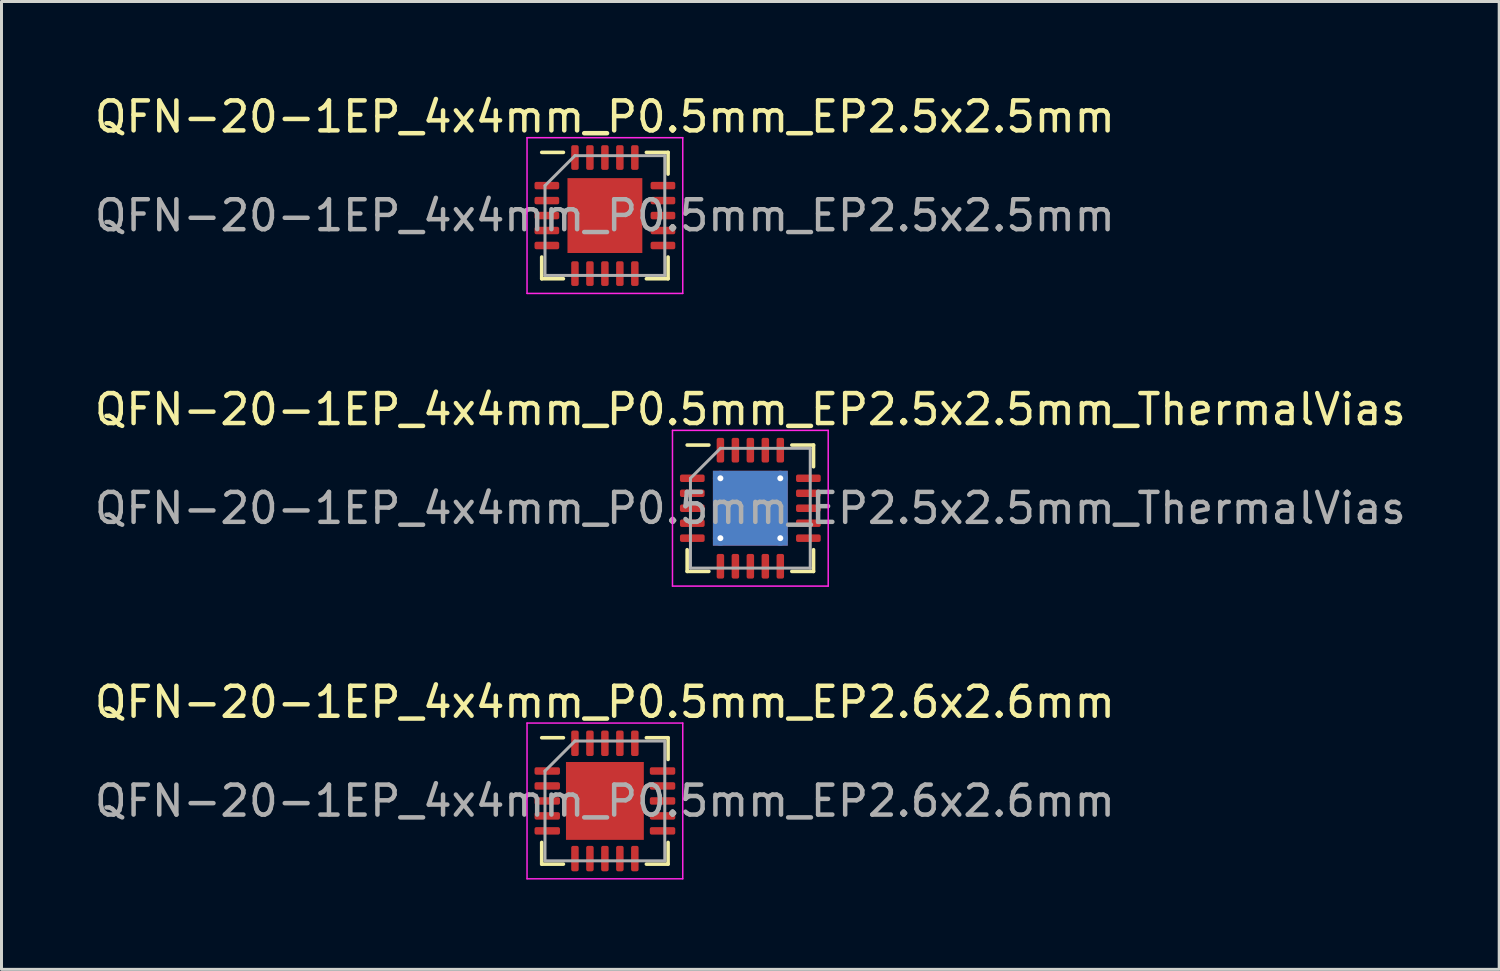
<source format=kicad_pcb>
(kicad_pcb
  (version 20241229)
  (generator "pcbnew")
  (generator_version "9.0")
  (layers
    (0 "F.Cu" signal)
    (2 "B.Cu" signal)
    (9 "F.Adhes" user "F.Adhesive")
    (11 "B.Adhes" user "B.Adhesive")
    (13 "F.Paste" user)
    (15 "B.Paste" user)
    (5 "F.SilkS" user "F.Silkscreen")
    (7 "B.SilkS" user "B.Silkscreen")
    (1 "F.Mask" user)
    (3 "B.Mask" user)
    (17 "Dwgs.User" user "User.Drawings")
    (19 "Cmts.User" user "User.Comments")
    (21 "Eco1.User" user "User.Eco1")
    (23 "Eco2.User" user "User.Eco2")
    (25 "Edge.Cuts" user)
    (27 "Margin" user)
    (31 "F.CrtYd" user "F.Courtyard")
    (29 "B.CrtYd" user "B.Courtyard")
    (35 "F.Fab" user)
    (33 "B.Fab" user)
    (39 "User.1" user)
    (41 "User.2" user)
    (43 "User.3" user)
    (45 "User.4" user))
  (footprint "QFN-20-1EP_4x4mm_P0.5mm_EP2.5x2.5mm"
    (layer "F.Cu")
    (at 17.149 4.148)
    (property "Reference" "QFN-20-1EP_4x4mm_P0.5mm_EP2.5x2.5mm" (at 0 -3.3 0) (layer "F.SilkS") (effects (font (size 1 1) (thickness 0.15))))
    (attr smd)
    (fp_line (start -2.11 2.11) (end -2.11 1.385) (stroke (width 0.12) (type solid)) (layer "F.SilkS"))
    (fp_line (start -1.385 -2.11) (end -2.11 -2.11) (stroke (width 0.12) (type solid)) (layer "F.SilkS"))
    (fp_line (start -1.385 2.11) (end -2.11 2.11) (stroke (width 0.12) (type solid)) (layer "F.SilkS"))
    (fp_line (start 1.385 -2.11) (end 2.11 -2.11) (stroke (width 0.12) (type solid)) (layer "F.SilkS"))
    (fp_line (start 1.385 2.11) (end 2.11 2.11) (stroke (width 0.12) (type solid)) (layer "F.SilkS"))
    (fp_line (start 2.11 -2.11) (end 2.11 -1.385) (stroke (width 0.12) (type solid)) (layer "F.SilkS"))
    (fp_line (start 2.11 2.11) (end 2.11 1.385) (stroke (width 0.12) (type solid)) (layer "F.SilkS"))
    (fp_line (start -2.6 -2.6) (end -2.6 2.6) (stroke (width 0.05) (type solid)) (layer "F.CrtYd"))
    (fp_line (start -2.6 2.6) (end 2.6 2.6) (stroke (width 0.05) (type solid)) (layer "F.CrtYd"))
    (fp_line (start 2.6 -2.6) (end -2.6 -2.6) (stroke (width 0.05) (type solid)) (layer "F.CrtYd"))
    (fp_line (start 2.6 2.6) (end 2.6 -2.6) (stroke (width 0.05) (type solid)) (layer "F.CrtYd"))
    (fp_line (start -2 -1) (end -1 -2) (stroke (width 0.1) (type solid)) (layer "F.Fab"))
    (fp_line (start -2 2) (end -2 -1) (stroke (width 0.1) (type solid)) (layer "F.Fab"))
    (fp_line (start -1 -2) (end 2 -2) (stroke (width 0.1) (type solid)) (layer "F.Fab"))
    (fp_line (start 2 -2) (end 2 2) (stroke (width 0.1) (type solid)) (layer "F.Fab"))
    (fp_line (start 2 2) (end -2 2) (stroke (width 0.1) (type solid)) (layer "F.Fab"))
    (fp_text user "${REFERENCE}" (at 0 0 0) (layer "F.Fab") (effects (font (size 1 1) (thickness 0.15))))
    (pad "" smd roundrect (at -0.625 -0.625) (size 1.01 1.01) (layers "F.Paste") (roundrect_rratio 0.248))
    (pad "" smd roundrect (at -0.625 0.625) (size 1.01 1.01) (layers "F.Paste") (roundrect_rratio 0.248))
    (pad "" smd roundrect (at 0.625 -0.625) (size 1.01 1.01) (layers "F.Paste") (roundrect_rratio 0.248))
    (pad "" smd roundrect (at 0.625 0.625) (size 1.01 1.01) (layers "F.Paste") (roundrect_rratio 0.248))
    (pad "1" smd roundrect (at -1.938 -1) (size 0.825 0.25) (layers "F.Cu" "F.Mask" "F.Paste") (roundrect_rratio 0.25))
    (pad "2" smd roundrect (at -1.938 -0.5) (size 0.825 0.25) (layers "F.Cu" "F.Mask" "F.Paste") (roundrect_rratio 0.25))
    (pad "3" smd roundrect (at -1.938 0) (size 0.825 0.25) (layers "F.Cu" "F.Mask" "F.Paste") (roundrect_rratio 0.25))
    (pad "4" smd roundrect (at -1.938 0.5) (size 0.825 0.25) (layers "F.Cu" "F.Mask" "F.Paste") (roundrect_rratio 0.25))
    (pad "5" smd roundrect (at -1.938 1) (size 0.825 0.25) (layers "F.Cu" "F.Mask" "F.Paste") (roundrect_rratio 0.25))
    (pad "6" smd roundrect (at -1 1.938) (size 0.25 0.825) (layers "F.Cu" "F.Mask" "F.Paste") (roundrect_rratio 0.25))
    (pad "7" smd roundrect (at -0.5 1.938) (size 0.25 0.825) (layers "F.Cu" "F.Mask" "F.Paste") (roundrect_rratio 0.25))
    (pad "8" smd roundrect (at 0 1.938) (size 0.25 0.825) (layers "F.Cu" "F.Mask" "F.Paste") (roundrect_rratio 0.25))
    (pad "9" smd roundrect (at 0.5 1.938) (size 0.25 0.825) (layers "F.Cu" "F.Mask" "F.Paste") (roundrect_rratio 0.25))
    (pad "10" smd roundrect (at 1 1.938) (size 0.25 0.825) (layers "F.Cu" "F.Mask" "F.Paste") (roundrect_rratio 0.25))
    (pad "11" smd roundrect (at 1.938 1) (size 0.825 0.25) (layers "F.Cu" "F.Mask" "F.Paste") (roundrect_rratio 0.25))
    (pad "12" smd roundrect (at 1.938 0.5) (size 0.825 0.25) (layers "F.Cu" "F.Mask" "F.Paste") (roundrect_rratio 0.25))
    (pad "13" smd roundrect (at 1.938 0) (size 0.825 0.25) (layers "F.Cu" "F.Mask" "F.Paste") (roundrect_rratio 0.25))
    (pad "14" smd roundrect (at 1.938 -0.5) (size 0.825 0.25) (layers "F.Cu" "F.Mask" "F.Paste") (roundrect_rratio 0.25))
    (pad "15" smd roundrect (at 1.938 -1) (size 0.825 0.25) (layers "F.Cu" "F.Mask" "F.Paste") (roundrect_rratio 0.25))
    (pad "16" smd roundrect (at 1 -1.938) (size 0.25 0.825) (layers "F.Cu" "F.Mask" "F.Paste") (roundrect_rratio 0.25))
    (pad "17" smd roundrect (at 0.5 -1.938) (size 0.25 0.825) (layers "F.Cu" "F.Mask" "F.Paste") (roundrect_rratio 0.25))
    (pad "18" smd roundrect (at 0 -1.938) (size 0.25 0.825) (layers "F.Cu" "F.Mask" "F.Paste") (roundrect_rratio 0.25))
    (pad "19" smd roundrect (at -0.5 -1.938) (size 0.25 0.825) (layers "F.Cu" "F.Mask" "F.Paste") (roundrect_rratio 0.25))
    (pad "20" smd roundrect (at -1 -1.938) (size 0.25 0.825) (layers "F.Cu" "F.Mask" "F.Paste") (roundrect_rratio 0.25))
    (pad "21" smd rect (at 0 0) (size 2.5 2.5) (layers "F.Cu" "F.Mask")))
  (footprint "QFN-20-1EP_4x4mm_P0.5mm_EP2.6x2.6mm"
    (layer "F.Cu")
    (at 17.149 23.695)
    (property "Reference" "QFN-20-1EP_4x4mm_P0.5mm_EP2.6x2.6mm" (at 0 -3.3 0) (layer "F.SilkS") (effects (font (size 1 1) (thickness 0.15))))
    (attr smd)
    (fp_line (start -2.11 2.11) (end -2.11 1.385) (stroke (width 0.12) (type solid)) (layer "F.SilkS"))
    (fp_line (start -1.385 -2.11) (end -2.11 -2.11) (stroke (width 0.12) (type solid)) (layer "F.SilkS"))
    (fp_line (start -1.385 2.11) (end -2.11 2.11) (stroke (width 0.12) (type solid)) (layer "F.SilkS"))
    (fp_line (start 1.385 -2.11) (end 2.11 -2.11) (stroke (width 0.12) (type solid)) (layer "F.SilkS"))
    (fp_line (start 1.385 2.11) (end 2.11 2.11) (stroke (width 0.12) (type solid)) (layer "F.SilkS"))
    (fp_line (start 2.11 -2.11) (end 2.11 -1.385) (stroke (width 0.12) (type solid)) (layer "F.SilkS"))
    (fp_line (start 2.11 2.11) (end 2.11 1.385) (stroke (width 0.12) (type solid)) (layer "F.SilkS"))
    (fp_line (start -2.6 -2.6) (end -2.6 2.6) (stroke (width 0.05) (type solid)) (layer "F.CrtYd"))
    (fp_line (start -2.6 2.6) (end 2.6 2.6) (stroke (width 0.05) (type solid)) (layer "F.CrtYd"))
    (fp_line (start 2.6 -2.6) (end -2.6 -2.6) (stroke (width 0.05) (type solid)) (layer "F.CrtYd"))
    (fp_line (start 2.6 2.6) (end 2.6 -2.6) (stroke (width 0.05) (type solid)) (layer "F.CrtYd"))
    (fp_line (start -2 -1) (end -1 -2) (stroke (width 0.1) (type solid)) (layer "F.Fab"))
    (fp_line (start -2 2) (end -2 -1) (stroke (width 0.1) (type solid)) (layer "F.Fab"))
    (fp_line (start -1 -2) (end 2 -2) (stroke (width 0.1) (type solid)) (layer "F.Fab"))
    (fp_line (start 2 -2) (end 2 2) (stroke (width 0.1) (type solid)) (layer "F.Fab"))
    (fp_line (start 2 2) (end -2 2) (stroke (width 0.1) (type solid)) (layer "F.Fab"))
    (fp_text user "${REFERENCE}" (at 0 0 0) (layer "F.Fab") (effects (font (size 1 1) (thickness 0.15))))
    (pad "" smd roundrect (at -0.65 -0.65) (size 1.05 1.05) (layers "F.Paste") (roundrect_rratio 0.238))
    (pad "" smd roundrect (at -0.65 0.65) (size 1.05 1.05) (layers "F.Paste") (roundrect_rratio 0.238))
    (pad "" smd roundrect (at 0.65 -0.65) (size 1.05 1.05) (layers "F.Paste") (roundrect_rratio 0.238))
    (pad "" smd roundrect (at 0.65 0.65) (size 1.05 1.05) (layers "F.Paste") (roundrect_rratio 0.238))
    (pad "1" smd roundrect (at -1.925 -1) (size 0.85 0.25) (layers "F.Cu" "F.Mask" "F.Paste") (roundrect_rratio 0.25))
    (pad "2" smd roundrect (at -1.925 -0.5) (size 0.85 0.25) (layers "F.Cu" "F.Mask" "F.Paste") (roundrect_rratio 0.25))
    (pad "3" smd roundrect (at -1.925 0) (size 0.85 0.25) (layers "F.Cu" "F.Mask" "F.Paste") (roundrect_rratio 0.25))
    (pad "4" smd roundrect (at -1.925 0.5) (size 0.85 0.25) (layers "F.Cu" "F.Mask" "F.Paste") (roundrect_rratio 0.25))
    (pad "5" smd roundrect (at -1.925 1) (size 0.85 0.25) (layers "F.Cu" "F.Mask" "F.Paste") (roundrect_rratio 0.25))
    (pad "6" smd roundrect (at -1 1.925) (size 0.25 0.85) (layers "F.Cu" "F.Mask" "F.Paste") (roundrect_rratio 0.25))
    (pad "7" smd roundrect (at -0.5 1.925) (size 0.25 0.85) (layers "F.Cu" "F.Mask" "F.Paste") (roundrect_rratio 0.25))
    (pad "8" smd roundrect (at 0 1.925) (size 0.25 0.85) (layers "F.Cu" "F.Mask" "F.Paste") (roundrect_rratio 0.25))
    (pad "9" smd roundrect (at 0.5 1.925) (size 0.25 0.85) (layers "F.Cu" "F.Mask" "F.Paste") (roundrect_rratio 0.25))
    (pad "10" smd roundrect (at 1 1.925) (size 0.25 0.85) (layers "F.Cu" "F.Mask" "F.Paste") (roundrect_rratio 0.25))
    (pad "11" smd roundrect (at 1.925 1) (size 0.85 0.25) (layers "F.Cu" "F.Mask" "F.Paste") (roundrect_rratio 0.25))
    (pad "12" smd roundrect (at 1.925 0.5) (size 0.85 0.25) (layers "F.Cu" "F.Mask" "F.Paste") (roundrect_rratio 0.25))
    (pad "13" smd roundrect (at 1.925 0) (size 0.85 0.25) (layers "F.Cu" "F.Mask" "F.Paste") (roundrect_rratio 0.25))
    (pad "14" smd roundrect (at 1.925 -0.5) (size 0.85 0.25) (layers "F.Cu" "F.Mask" "F.Paste") (roundrect_rratio 0.25))
    (pad "15" smd roundrect (at 1.925 -1) (size 0.85 0.25) (layers "F.Cu" "F.Mask" "F.Paste") (roundrect_rratio 0.25))
    (pad "16" smd roundrect (at 1 -1.925) (size 0.25 0.85) (layers "F.Cu" "F.Mask" "F.Paste") (roundrect_rratio 0.25))
    (pad "17" smd roundrect (at 0.5 -1.925) (size 0.25 0.85) (layers "F.Cu" "F.Mask" "F.Paste") (roundrect_rratio 0.25))
    (pad "18" smd roundrect (at 0 -1.925) (size 0.25 0.85) (layers "F.Cu" "F.Mask" "F.Paste") (roundrect_rratio 0.25))
    (pad "19" smd roundrect (at -0.5 -1.925) (size 0.25 0.85) (layers "F.Cu" "F.Mask" "F.Paste") (roundrect_rratio 0.25))
    (pad "20" smd roundrect (at -1 -1.925) (size 0.25 0.85) (layers "F.Cu" "F.Mask" "F.Paste") (roundrect_rratio 0.25))
    (pad "21" smd rect (at 0 0) (size 2.6 2.6) (layers "F.Cu" "F.Mask")))
  (footprint "QFN-20-1EP_4x4mm_P0.5mm_EP2.5x2.5mm_ThermalVias"
    (layer "F.Cu")
    (at 22.006 13.921)
    (property "Reference" "QFN-20-1EP_4x4mm_P0.5mm_EP2.5x2.5mm_ThermalVias" (at 0 -3.3 0) (layer "F.SilkS") (effects (font (size 1 1) (thickness 0.15))))
    (attr smd)
    (fp_line (start -2.11 2.11) (end -2.11 1.385) (stroke (width 0.12) (type solid)) (layer "F.SilkS"))
    (fp_line (start -1.385 -2.11) (end -2.11 -2.11) (stroke (width 0.12) (type solid)) (layer "F.SilkS"))
    (fp_line (start -1.385 2.11) (end -2.11 2.11) (stroke (width 0.12) (type solid)) (layer "F.SilkS"))
    (fp_line (start 1.385 -2.11) (end 2.11 -2.11) (stroke (width 0.12) (type solid)) (layer "F.SilkS"))
    (fp_line (start 1.385 2.11) (end 2.11 2.11) (stroke (width 0.12) (type solid)) (layer "F.SilkS"))
    (fp_line (start 2.11 -2.11) (end 2.11 -1.385) (stroke (width 0.12) (type solid)) (layer "F.SilkS"))
    (fp_line (start 2.11 2.11) (end 2.11 1.385) (stroke (width 0.12) (type solid)) (layer "F.SilkS"))
    (fp_line (start -2.6 -2.6) (end -2.6 2.6) (stroke (width 0.05) (type solid)) (layer "F.CrtYd"))
    (fp_line (start -2.6 2.6) (end 2.6 2.6) (stroke (width 0.05) (type solid)) (layer "F.CrtYd"))
    (fp_line (start 2.6 -2.6) (end -2.6 -2.6) (stroke (width 0.05) (type solid)) (layer "F.CrtYd"))
    (fp_line (start 2.6 2.6) (end 2.6 -2.6) (stroke (width 0.05) (type solid)) (layer "F.CrtYd"))
    (fp_line (start -2 -1) (end -1 -2) (stroke (width 0.1) (type solid)) (layer "F.Fab"))
    (fp_line (start -2 2) (end -2 -1) (stroke (width 0.1) (type solid)) (layer "F.Fab"))
    (fp_line (start -1 -2) (end 2 -2) (stroke (width 0.1) (type solid)) (layer "F.Fab"))
    (fp_line (start 2 -2) (end 2 2) (stroke (width 0.1) (type solid)) (layer "F.Fab"))
    (fp_line (start 2 2) (end -2 2) (stroke (width 0.1) (type solid)) (layer "F.Fab"))
    (fp_text user "${REFERENCE}" (at 0 0 0) (layer "F.Fab") (effects (font (size 1 1) (thickness 0.15))))
    (pad "" smd roundrect (at -0.625 -0.625) (size 1.08 1.08) (layers "F.Paste") (roundrect_rratio 0.231))
    (pad "" smd roundrect (at -0.625 0.625) (size 1.08 1.08) (layers "F.Paste") (roundrect_rratio 0.231))
    (pad "" smd roundrect (at 0.625 -0.625) (size 1.08 1.08) (layers "F.Paste") (roundrect_rratio 0.231))
    (pad "" smd roundrect (at 0.625 0.625) (size 1.08 1.08) (layers "F.Paste") (roundrect_rratio 0.231))
    (pad "1" smd roundrect (at -1.938 -1) (size 0.825 0.25) (layers "F.Cu" "F.Mask" "F.Paste") (roundrect_rratio 0.25))
    (pad "2" smd roundrect (at -1.938 -0.5) (size 0.825 0.25) (layers "F.Cu" "F.Mask" "F.Paste") (roundrect_rratio 0.25))
    (pad "3" smd roundrect (at -1.938 0) (size 0.825 0.25) (layers "F.Cu" "F.Mask" "F.Paste") (roundrect_rratio 0.25))
    (pad "4" smd roundrect (at -1.938 0.5) (size 0.825 0.25) (layers "F.Cu" "F.Mask" "F.Paste") (roundrect_rratio 0.25))
    (pad "5" smd roundrect (at -1.938 1) (size 0.825 0.25) (layers "F.Cu" "F.Mask" "F.Paste") (roundrect_rratio 0.25))
    (pad "6" smd roundrect (at -1 1.938) (size 0.25 0.825) (layers "F.Cu" "F.Mask" "F.Paste") (roundrect_rratio 0.25))
    (pad "7" smd roundrect (at -0.5 1.938) (size 0.25 0.825) (layers "F.Cu" "F.Mask" "F.Paste") (roundrect_rratio 0.25))
    (pad "8" smd roundrect (at 0 1.938) (size 0.25 0.825) (layers "F.Cu" "F.Mask" "F.Paste") (roundrect_rratio 0.25))
    (pad "9" smd roundrect (at 0.5 1.938) (size 0.25 0.825) (layers "F.Cu" "F.Mask" "F.Paste") (roundrect_rratio 0.25))
    (pad "10" smd roundrect (at 1 1.938) (size 0.25 0.825) (layers "F.Cu" "F.Mask" "F.Paste") (roundrect_rratio 0.25))
    (pad "11" smd roundrect (at 1.938 1) (size 0.825 0.25) (layers "F.Cu" "F.Mask" "F.Paste") (roundrect_rratio 0.25))
    (pad "12" smd roundrect (at 1.938 0.5) (size 0.825 0.25) (layers "F.Cu" "F.Mask" "F.Paste") (roundrect_rratio 0.25))
    (pad "13" smd roundrect (at 1.938 0) (size 0.825 0.25) (layers "F.Cu" "F.Mask" "F.Paste") (roundrect_rratio 0.25))
    (pad "14" smd roundrect (at 1.938 -0.5) (size 0.825 0.25) (layers "F.Cu" "F.Mask" "F.Paste") (roundrect_rratio 0.25))
    (pad "15" smd roundrect (at 1.938 -1) (size 0.825 0.25) (layers "F.Cu" "F.Mask" "F.Paste") (roundrect_rratio 0.25))
    (pad "16" smd roundrect (at 1 -1.938) (size 0.25 0.825) (layers "F.Cu" "F.Mask" "F.Paste") (roundrect_rratio 0.25))
    (pad "17" smd roundrect (at 0.5 -1.938) (size 0.25 0.825) (layers "F.Cu" "F.Mask" "F.Paste") (roundrect_rratio 0.25))
    (pad "18" smd roundrect (at 0 -1.938) (size 0.25 0.825) (layers "F.Cu" "F.Mask" "F.Paste") (roundrect_rratio 0.25))
    (pad "19" smd roundrect (at -0.5 -1.938) (size 0.25 0.825) (layers "F.Cu" "F.Mask" "F.Paste") (roundrect_rratio 0.25))
    (pad "20" smd roundrect (at -1 -1.938) (size 0.25 0.825) (layers "F.Cu" "F.Mask" "F.Paste") (roundrect_rratio 0.25))
    (pad "21" thru_hole circle (at -1 -1) (size 0.5 0.5) (drill 0.2) (layers "*.Cu"))
    (pad "21" thru_hole circle (at -1 1) (size 0.5 0.5) (drill 0.2) (layers "*.Cu"))
    (pad "21" smd rect (at 0 0) (size 2.5 2.5) (layers "F.Cu" "F.Mask"))
    (pad "21" smd rect (at 0 0) (size 2.5 2.5) (layers "B.Cu"))
    (pad "21" thru_hole circle (at 1 -1) (size 0.5 0.5) (drill 0.2) (layers "*.Cu"))
    (pad "21" thru_hole circle (at 1 1) (size 0.5 0.5) (drill 0.2) (layers "*.Cu")))
  (gr_rect
    (start -3 -3)
    (end 47.012 29.32)
    (stroke (width 0.1) (type default))
    (fill no)
    (layer "Edge.Cuts")))
</source>
